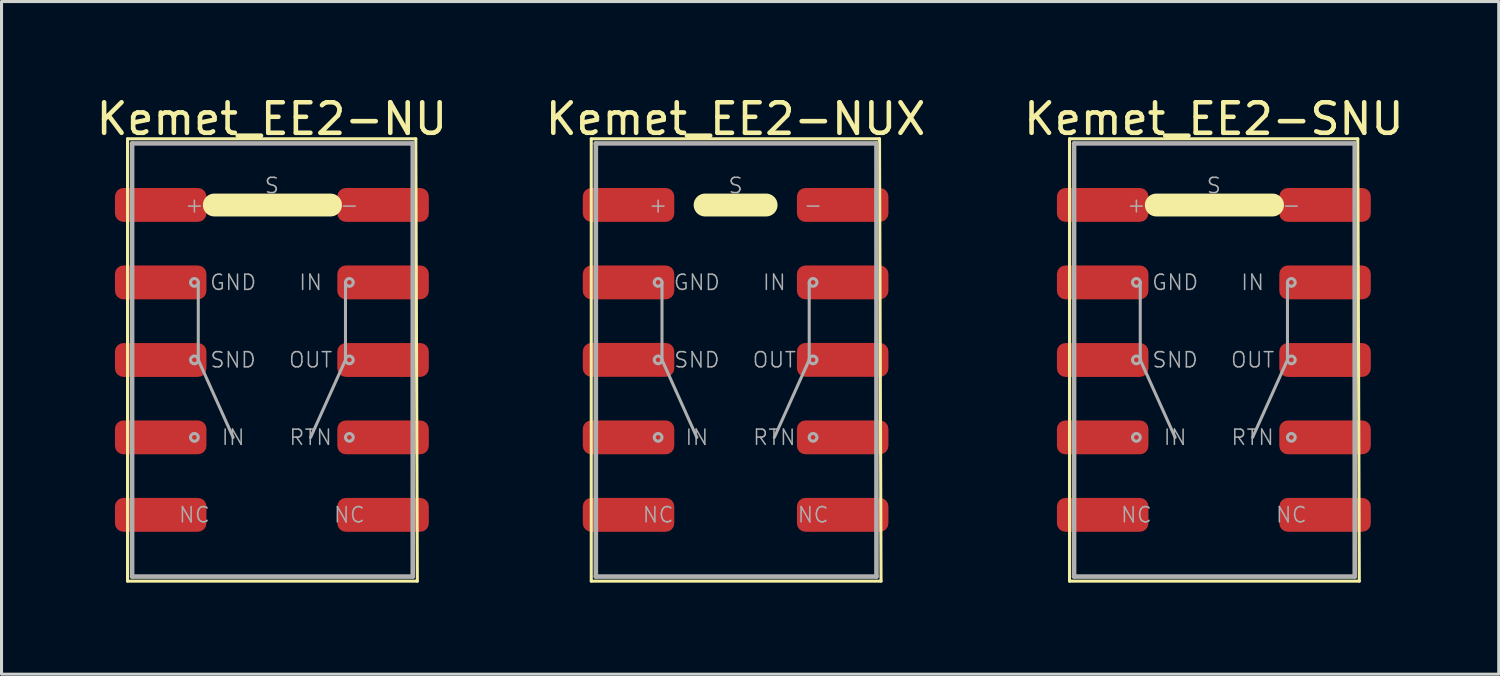
<source format=kicad_pcb>
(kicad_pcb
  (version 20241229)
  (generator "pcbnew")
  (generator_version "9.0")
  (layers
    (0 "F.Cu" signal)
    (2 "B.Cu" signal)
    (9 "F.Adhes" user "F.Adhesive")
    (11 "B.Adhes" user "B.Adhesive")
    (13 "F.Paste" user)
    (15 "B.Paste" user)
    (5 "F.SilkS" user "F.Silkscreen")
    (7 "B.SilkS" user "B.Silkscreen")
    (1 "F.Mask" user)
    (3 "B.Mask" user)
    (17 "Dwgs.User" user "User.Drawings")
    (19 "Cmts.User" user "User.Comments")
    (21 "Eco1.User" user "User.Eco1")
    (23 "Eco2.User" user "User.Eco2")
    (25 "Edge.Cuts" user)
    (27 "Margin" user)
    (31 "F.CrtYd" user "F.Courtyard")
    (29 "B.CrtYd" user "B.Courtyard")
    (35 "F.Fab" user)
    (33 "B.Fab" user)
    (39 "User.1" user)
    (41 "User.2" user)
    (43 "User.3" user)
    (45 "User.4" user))
  (footprint "Kemet_EE2-SNU"
    (layer "F.Cu")
    (at 36.744 8.748)
    (property "Reference" "Kemet_EE2-SNU" (at 0 -7.9 0) (layer "F.SilkS") (effects (font (size 1 1) (thickness 0.15))))
    (attr through_hole)
    (fp_line (start -4.732 -7.247) (end -4.732 7.253) (stroke (width 0.1) (type solid)) (layer "F.SilkS"))
    (fp_line (start 1.923 -5.077) (end -1.887 -5.077) (stroke (width 0.75) (type solid)) (layer "F.SilkS"))
    (fp_line (start 4.718 -7.247) (end -4.732 -7.247) (stroke (width 0.1) (type solid)) (layer "F.SilkS"))
    (fp_line (start 4.718 -7.247) (end 4.768 7.253) (stroke (width 0.1) (type solid)) (layer "F.SilkS"))
    (fp_line (start 4.768 7.253) (end -4.732 7.253) (stroke (width 0.1) (type solid)) (layer "F.SilkS"))
    (fp_line (start -4.582 -7.097) (end -4.582 7.103) (stroke (width 0.15) (type solid)) (layer "F.Fab"))
    (fp_line (start -4.582 7.103) (end 4.618 7.103) (stroke (width 0.15) (type solid)) (layer "F.Fab"))
    (fp_line (start -2.413 0) (end -2.413 -2.54) (stroke (width 0.1) (type solid)) (layer "F.Fab"))
    (fp_line (start -2.413 0) (end -1.27 2.54) (stroke (width 0.1) (type solid)) (layer "F.Fab"))
    (fp_line (start 2.413 0) (end 1.27 2.54) (stroke (width 0.1) (type solid)) (layer "F.Fab"))
    (fp_line (start 2.413 0) (end 2.413 -2.54) (stroke (width 0.1) (type solid)) (layer "F.Fab"))
    (fp_line (start 4.618 -7.097) (end -4.582 -7.097) (stroke (width 0.15) (type solid)) (layer "F.Fab"))
    (fp_line (start 4.618 7.103) (end 4.618 -7.097) (stroke (width 0.15) (type solid)) (layer "F.Fab"))
    (fp_circle (center -2.54 -2.54) (end -2.54 -2.413) (stroke (width 0.1) (type solid)) (fill no) (layer "F.Fab"))
    (fp_circle (center -2.54 0) (end -2.54 -0.127) (stroke (width 0.1) (type solid)) (fill no) (layer "F.Fab"))
    (fp_circle (center -2.54 2.54) (end -2.54 2.413) (stroke (width 0.1) (type solid)) (fill no) (layer "F.Fab"))
    (fp_circle (center 2.54 -2.54) (end 2.54 -2.667) (stroke (width 0.1) (type solid)) (fill no) (layer "F.Fab"))
    (fp_circle (center 2.54 0) (end 2.54 -0.127) (stroke (width 0.1) (type solid)) (fill no) (layer "F.Fab"))
    (fp_circle (center 2.54 2.54) (end 2.54 2.413) (stroke (width 0.1) (type solid)) (fill no) (layer "F.Fab"))
    (fp_text user "OUT" (at 1.27 0 0) (layer "F.Fab") (effects (font (size 0.5 0.5) (thickness 0.05))))
    (fp_text user "IN" (at -1.27 2.54 0) (layer "F.Fab") (effects (font (size 0.5 0.5) (thickness 0.05))))
    (fp_text user "NC" (at -2.54 5.08 0) (layer "F.Fab") (effects (font (size 0.5 0.5) (thickness 0.05))))
    (fp_text user "NC" (at 2.54 5.08 0) (layer "F.Fab") (effects (font (size 0.5 0.5) (thickness 0.05))))
    (fp_text user "SND" (at -1.27 0 0) (layer "F.Fab") (effects (font (size 0.5 0.5) (thickness 0.05))))
    (fp_text user "S" (at 0 -5.715 0) (layer "F.Fab") (effects (font (size 0.5 0.5) (thickness 0.05))))
    (fp_text user "GND" (at -1.27 -2.54 0) (layer "F.Fab") (effects (font (size 0.5 0.5) (thickness 0.05))))
    (fp_text user "+" (at -2.54 -5.08 0) (layer "F.Fab") (effects (font (size 0.5 0.5) (thickness 0.05))))
    (fp_text user "IN" (at 1.27 -2.54 0) (layer "F.Fab") (effects (font (size 0.5 0.5) (thickness 0.05))))
    (fp_text user "RTN" (at 1.27 2.54 0) (layer "F.Fab") (effects (font (size 0.5 0.5) (thickness 0.05))))
    (fp_text user "-" (at 2.54 -5.08 0) (layer "F.Fab") (effects (font (size 0.5 0.5) (thickness 0.05))))
    (pad "1" smd roundrect (at -3.645 -5.08) (size 3 1.11) (layers "F.Cu" "F.Mask" "F.Paste") (roundrect_rratio 0.25))
    (pad "2" smd roundrect (at -3.645 -2.54) (size 3 1.11) (layers "F.Cu" "F.Mask" "F.Paste") (roundrect_rratio 0.25))
    (pad "3" smd roundrect (at -3.645 0.003) (size 3 1.11) (layers "F.Cu" "F.Mask" "F.Paste") (roundrect_rratio 0.25))
    (pad "4" smd roundrect (at -3.645 2.54) (size 3 1.11) (layers "F.Cu" "F.Mask" "F.Paste") (roundrect_rratio 0.25))
    (pad "5" smd roundrect (at -3.645 5.08) (size 3 1.11) (layers "F.Cu" "F.Mask" "F.Paste") (roundrect_rratio 0.25))
    (pad "6" smd roundrect (at 3.645 5.08) (size 3 1.11) (layers "F.Cu" "F.Mask" "F.Paste") (roundrect_rratio 0.25))
    (pad "7" smd roundrect (at 3.645 2.54) (size 3 1.11) (layers "F.Cu" "F.Mask" "F.Paste") (roundrect_rratio 0.25))
    (pad "8" smd roundrect (at 3.645 0.003) (size 3 1.11) (layers "F.Cu" "F.Mask" "F.Paste") (roundrect_rratio 0.25))
    (pad "9" smd roundrect (at 3.645 -2.54) (size 3 1.11) (layers "F.Cu" "F.Mask" "F.Paste") (roundrect_rratio 0.25))
    (pad "10" smd roundrect (at 3.645 -5.08) (size 3 1.11) (layers "F.Cu" "F.Mask" "F.Paste") (roundrect_rratio 0.25)))
  (footprint "Kemet_EE2-NUX"
    (layer "F.Cu")
    (at 21.065 8.748)
    (property "Reference" "Kemet_EE2-NUX" (at 0 -7.9 0) (layer "F.SilkS") (effects (font (size 1 1) (thickness 0.15))))
    (attr through_hole)
    (fp_line (start -4.732 -7.247) (end -4.732 7.253) (stroke (width 0.1) (type solid)) (layer "F.SilkS"))
    (fp_line (start 1 -5.077) (end -1 -5.077) (stroke (width 0.75) (type solid)) (layer "F.SilkS"))
    (fp_line (start 4.718 -7.247) (end -4.732 -7.247) (stroke (width 0.1) (type solid)) (layer "F.SilkS"))
    (fp_line (start 4.718 -7.247) (end 4.768 7.253) (stroke (width 0.1) (type solid)) (layer "F.SilkS"))
    (fp_line (start 4.768 7.253) (end -4.732 7.253) (stroke (width 0.1) (type solid)) (layer "F.SilkS"))
    (fp_line (start -4.582 -7.097) (end -4.582 7.103) (stroke (width 0.15) (type solid)) (layer "F.Fab"))
    (fp_line (start -4.582 7.103) (end 4.618 7.103) (stroke (width 0.15) (type solid)) (layer "F.Fab"))
    (fp_line (start -2.413 0) (end -2.413 -2.54) (stroke (width 0.1) (type solid)) (layer "F.Fab"))
    (fp_line (start -2.413 0) (end -1.27 2.54) (stroke (width 0.1) (type solid)) (layer "F.Fab"))
    (fp_line (start 2.413 0) (end 1.27 2.54) (stroke (width 0.1) (type solid)) (layer "F.Fab"))
    (fp_line (start 2.413 0) (end 2.413 -2.54) (stroke (width 0.1) (type solid)) (layer "F.Fab"))
    (fp_line (start 4.618 -7.097) (end -4.582 -7.097) (stroke (width 0.15) (type solid)) (layer "F.Fab"))
    (fp_line (start 4.618 7.103) (end 4.618 -7.097) (stroke (width 0.15) (type solid)) (layer "F.Fab"))
    (fp_circle (center -2.54 -2.54) (end -2.54 -2.413) (stroke (width 0.1) (type solid)) (fill no) (layer "F.Fab"))
    (fp_circle (center -2.54 0) (end -2.54 -0.127) (stroke (width 0.1) (type solid)) (fill no) (layer "F.Fab"))
    (fp_circle (center -2.54 2.54) (end -2.54 2.413) (stroke (width 0.1) (type solid)) (fill no) (layer "F.Fab"))
    (fp_circle (center 2.54 -2.54) (end 2.54 -2.667) (stroke (width 0.1) (type solid)) (fill no) (layer "F.Fab"))
    (fp_circle (center 2.54 0) (end 2.54 -0.127) (stroke (width 0.1) (type solid)) (fill no) (layer "F.Fab"))
    (fp_circle (center 2.54 2.54) (end 2.54 2.413) (stroke (width 0.1) (type solid)) (fill no) (layer "F.Fab"))
    (fp_text user "RTN" (at 1.27 2.54 0) (layer "F.Fab") (effects (font (size 0.5 0.5) (thickness 0.05))))
    (fp_text user "OUT" (at 1.27 0 0) (layer "F.Fab") (effects (font (size 0.5 0.5) (thickness 0.05))))
    (fp_text user "+" (at -2.54 -5.08 0) (layer "F.Fab") (effects (font (size 0.5 0.5) (thickness 0.05))))
    (fp_text user "NC" (at -2.54 5.08 0) (layer "F.Fab") (effects (font (size 0.5 0.5) (thickness 0.05))))
    (fp_text user "-" (at 2.54 -5.08 0) (layer "F.Fab") (effects (font (size 0.5 0.5) (thickness 0.05))))
    (fp_text user "IN" (at 1.27 -2.54 0) (layer "F.Fab") (effects (font (size 0.5 0.5) (thickness 0.05))))
    (fp_text user "GND" (at -1.27 -2.54 0) (layer "F.Fab") (effects (font (size 0.5 0.5) (thickness 0.05))))
    (fp_text user "S" (at 0 -5.715 0) (layer "F.Fab") (effects (font (size 0.5 0.5) (thickness 0.05))))
    (fp_text user "SND" (at -1.27 0 0) (layer "F.Fab") (effects (font (size 0.5 0.5) (thickness 0.05))))
    (fp_text user "NC" (at 2.54 5.08 0) (layer "F.Fab") (effects (font (size 0.5 0.5) (thickness 0.05))))
    (fp_text user "IN" (at -1.27 2.54 0) (layer "F.Fab") (effects (font (size 0.5 0.5) (thickness 0.05))))
    (pad "1" smd roundrect (at -3.51 -5.08) (size 3 1.11) (layers "F.Cu" "F.Mask" "F.Paste") (roundrect_rratio 0.25))
    (pad "2" smd roundrect (at -3.51 -2.54) (size 3 1.11) (layers "F.Cu" "F.Mask" "F.Paste") (roundrect_rratio 0.25))
    (pad "3" smd roundrect (at -3.51 0) (size 3 1.11) (layers "F.Cu" "F.Mask" "F.Paste") (roundrect_rratio 0.25))
    (pad "4" smd roundrect (at -3.51 2.54) (size 3 1.11) (layers "F.Cu" "F.Mask" "F.Paste") (roundrect_rratio 0.25))
    (pad "5" smd roundrect (at -3.51 5.08) (size 3 1.11) (layers "F.Cu" "F.Mask" "F.Paste") (roundrect_rratio 0.25))
    (pad "6" smd roundrect (at 3.51 5.08) (size 3 1.11) (layers "F.Cu" "F.Mask" "F.Paste") (roundrect_rratio 0.25))
    (pad "7" smd roundrect (at 3.51 2.54) (size 3 1.11) (layers "F.Cu" "F.Mask" "F.Paste") (roundrect_rratio 0.25))
    (pad "8" smd roundrect (at 3.51 0) (size 3 1.11) (layers "F.Cu" "F.Mask" "F.Paste") (roundrect_rratio 0.25))
    (pad "9" smd roundrect (at 3.51 -2.54) (size 3 1.11) (layers "F.Cu" "F.Mask" "F.Paste") (roundrect_rratio 0.25))
    (pad "10" smd roundrect (at 3.51 -5.08) (size 3 1.11) (layers "F.Cu" "F.Mask" "F.Paste") (roundrect_rratio 0.25)))
  (footprint "Kemet_EE2-NU"
    (layer "F.Cu")
    (at 5.863 8.748)
    (property "Reference" "Kemet_EE2-NU" (at 0 -7.9 0) (layer "F.SilkS") (effects (font (size 1 1) (thickness 0.15))))
    (attr through_hole)
    (fp_line (start -4.732 -7.247) (end -4.732 7.253) (stroke (width 0.1) (type solid)) (layer "F.SilkS"))
    (fp_line (start 1.923 -5.077) (end -1.887 -5.077) (stroke (width 0.75) (type solid)) (layer "F.SilkS"))
    (fp_line (start 4.718 -7.247) (end -4.732 -7.247) (stroke (width 0.1) (type solid)) (layer "F.SilkS"))
    (fp_line (start 4.718 -7.247) (end 4.768 7.253) (stroke (width 0.1) (type solid)) (layer "F.SilkS"))
    (fp_line (start 4.768 7.253) (end -4.732 7.253) (stroke (width 0.1) (type solid)) (layer "F.SilkS"))
    (fp_line (start -4.582 -7.097) (end -4.582 7.103) (stroke (width 0.15) (type solid)) (layer "F.Fab"))
    (fp_line (start -4.582 7.103) (end 4.618 7.103) (stroke (width 0.15) (type solid)) (layer "F.Fab"))
    (fp_line (start -2.413 0) (end -2.413 -2.54) (stroke (width 0.1) (type solid)) (layer "F.Fab"))
    (fp_line (start -2.413 0) (end -1.27 2.54) (stroke (width 0.1) (type solid)) (layer "F.Fab"))
    (fp_line (start 2.413 0) (end 1.27 2.54) (stroke (width 0.1) (type solid)) (layer "F.Fab"))
    (fp_line (start 2.413 0) (end 2.413 -2.54) (stroke (width 0.1) (type solid)) (layer "F.Fab"))
    (fp_line (start 4.618 -7.097) (end -4.582 -7.097) (stroke (width 0.15) (type solid)) (layer "F.Fab"))
    (fp_line (start 4.618 7.103) (end 4.618 -7.097) (stroke (width 0.15) (type solid)) (layer "F.Fab"))
    (fp_circle (center -2.54 -2.54) (end -2.54 -2.413) (stroke (width 0.1) (type solid)) (fill no) (layer "F.Fab"))
    (fp_circle (center -2.54 0) (end -2.54 -0.127) (stroke (width 0.1) (type solid)) (fill no) (layer "F.Fab"))
    (fp_circle (center -2.54 2.54) (end -2.54 2.413) (stroke (width 0.1) (type solid)) (fill no) (layer "F.Fab"))
    (fp_circle (center 2.54 -2.54) (end 2.54 -2.667) (stroke (width 0.1) (type solid)) (fill no) (layer "F.Fab"))
    (fp_circle (center 2.54 0) (end 2.54 -0.127) (stroke (width 0.1) (type solid)) (fill no) (layer "F.Fab"))
    (fp_circle (center 2.54 2.54) (end 2.54 2.413) (stroke (width 0.1) (type solid)) (fill no) (layer "F.Fab"))
    (fp_text user "GND" (at -1.27 -2.54 0) (layer "F.Fab") (effects (font (size 0.5 0.5) (thickness 0.05))))
    (fp_text user "NC" (at 2.54 5.08 0) (layer "F.Fab") (effects (font (size 0.5 0.5) (thickness 0.05))))
    (fp_text user "-" (at 2.54 -5.08 0) (layer "F.Fab") (effects (font (size 0.5 0.5) (thickness 0.05))))
    (fp_text user "RTN" (at 1.27 2.54 0) (layer "F.Fab") (effects (font (size 0.5 0.5) (thickness 0.05))))
    (fp_text user "SND" (at -1.27 0 0) (layer "F.Fab") (effects (font (size 0.5 0.5) (thickness 0.05))))
    (fp_text user "S" (at 0 -5.715 0) (layer "F.Fab") (effects (font (size 0.5 0.5) (thickness 0.05))))
    (fp_text user "OUT" (at 1.27 0 0) (layer "F.Fab") (effects (font (size 0.5 0.5) (thickness 0.05))))
    (fp_text user "+" (at -2.54 -5.08 0) (layer "F.Fab") (effects (font (size 0.5 0.5) (thickness 0.05))))
    (fp_text user "NC" (at -2.54 5.08 0) (layer "F.Fab") (effects (font (size 0.5 0.5) (thickness 0.05))))
    (fp_text user "IN" (at 1.27 -2.54 0) (layer "F.Fab") (effects (font (size 0.5 0.5) (thickness 0.05))))
    (fp_text user "IN" (at -1.27 2.54 0) (layer "F.Fab") (effects (font (size 0.5 0.5) (thickness 0.05))))
    (pad "1" smd roundrect (at -3.645 -5.08) (size 3 1.11) (layers "F.Cu" "F.Mask" "F.Paste") (roundrect_rratio 0.25))
    (pad "2" smd roundrect (at -3.645 -2.54) (size 3 1.11) (layers "F.Cu" "F.Mask" "F.Paste") (roundrect_rratio 0.25))
    (pad "3" smd roundrect (at -3.645 0.003) (size 3 1.11) (layers "F.Cu" "F.Mask" "F.Paste") (roundrect_rratio 0.25))
    (pad "4" smd roundrect (at -3.645 2.54) (size 3 1.11) (layers "F.Cu" "F.Mask" "F.Paste") (roundrect_rratio 0.25))
    (pad "5" smd roundrect (at -3.645 5.08) (size 3 1.11) (layers "F.Cu" "F.Mask" "F.Paste") (roundrect_rratio 0.25))
    (pad "6" smd roundrect (at 3.645 5.08) (size 3 1.11) (layers "F.Cu" "F.Mask" "F.Paste") (roundrect_rratio 0.25))
    (pad "7" smd roundrect (at 3.645 2.54) (size 3 1.11) (layers "F.Cu" "F.Mask" "F.Paste") (roundrect_rratio 0.25))
    (pad "8" smd roundrect (at 3.645 0.003) (size 3 1.11) (layers "F.Cu" "F.Mask" "F.Paste") (roundrect_rratio 0.25))
    (pad "9" smd roundrect (at 3.645 -2.54) (size 3 1.11) (layers "F.Cu" "F.Mask" "F.Paste") (roundrect_rratio 0.25))
    (pad "10" smd roundrect (at 3.645 -5.08) (size 3 1.11) (layers "F.Cu" "F.Mask" "F.Paste") (roundrect_rratio 0.25)))
  (gr_rect
    (start -3 -3)
    (end 46.083 19.051)
    (stroke (width 0.1) (type default))
    (fill no)
    (layer "Edge.Cuts")))
</source>
